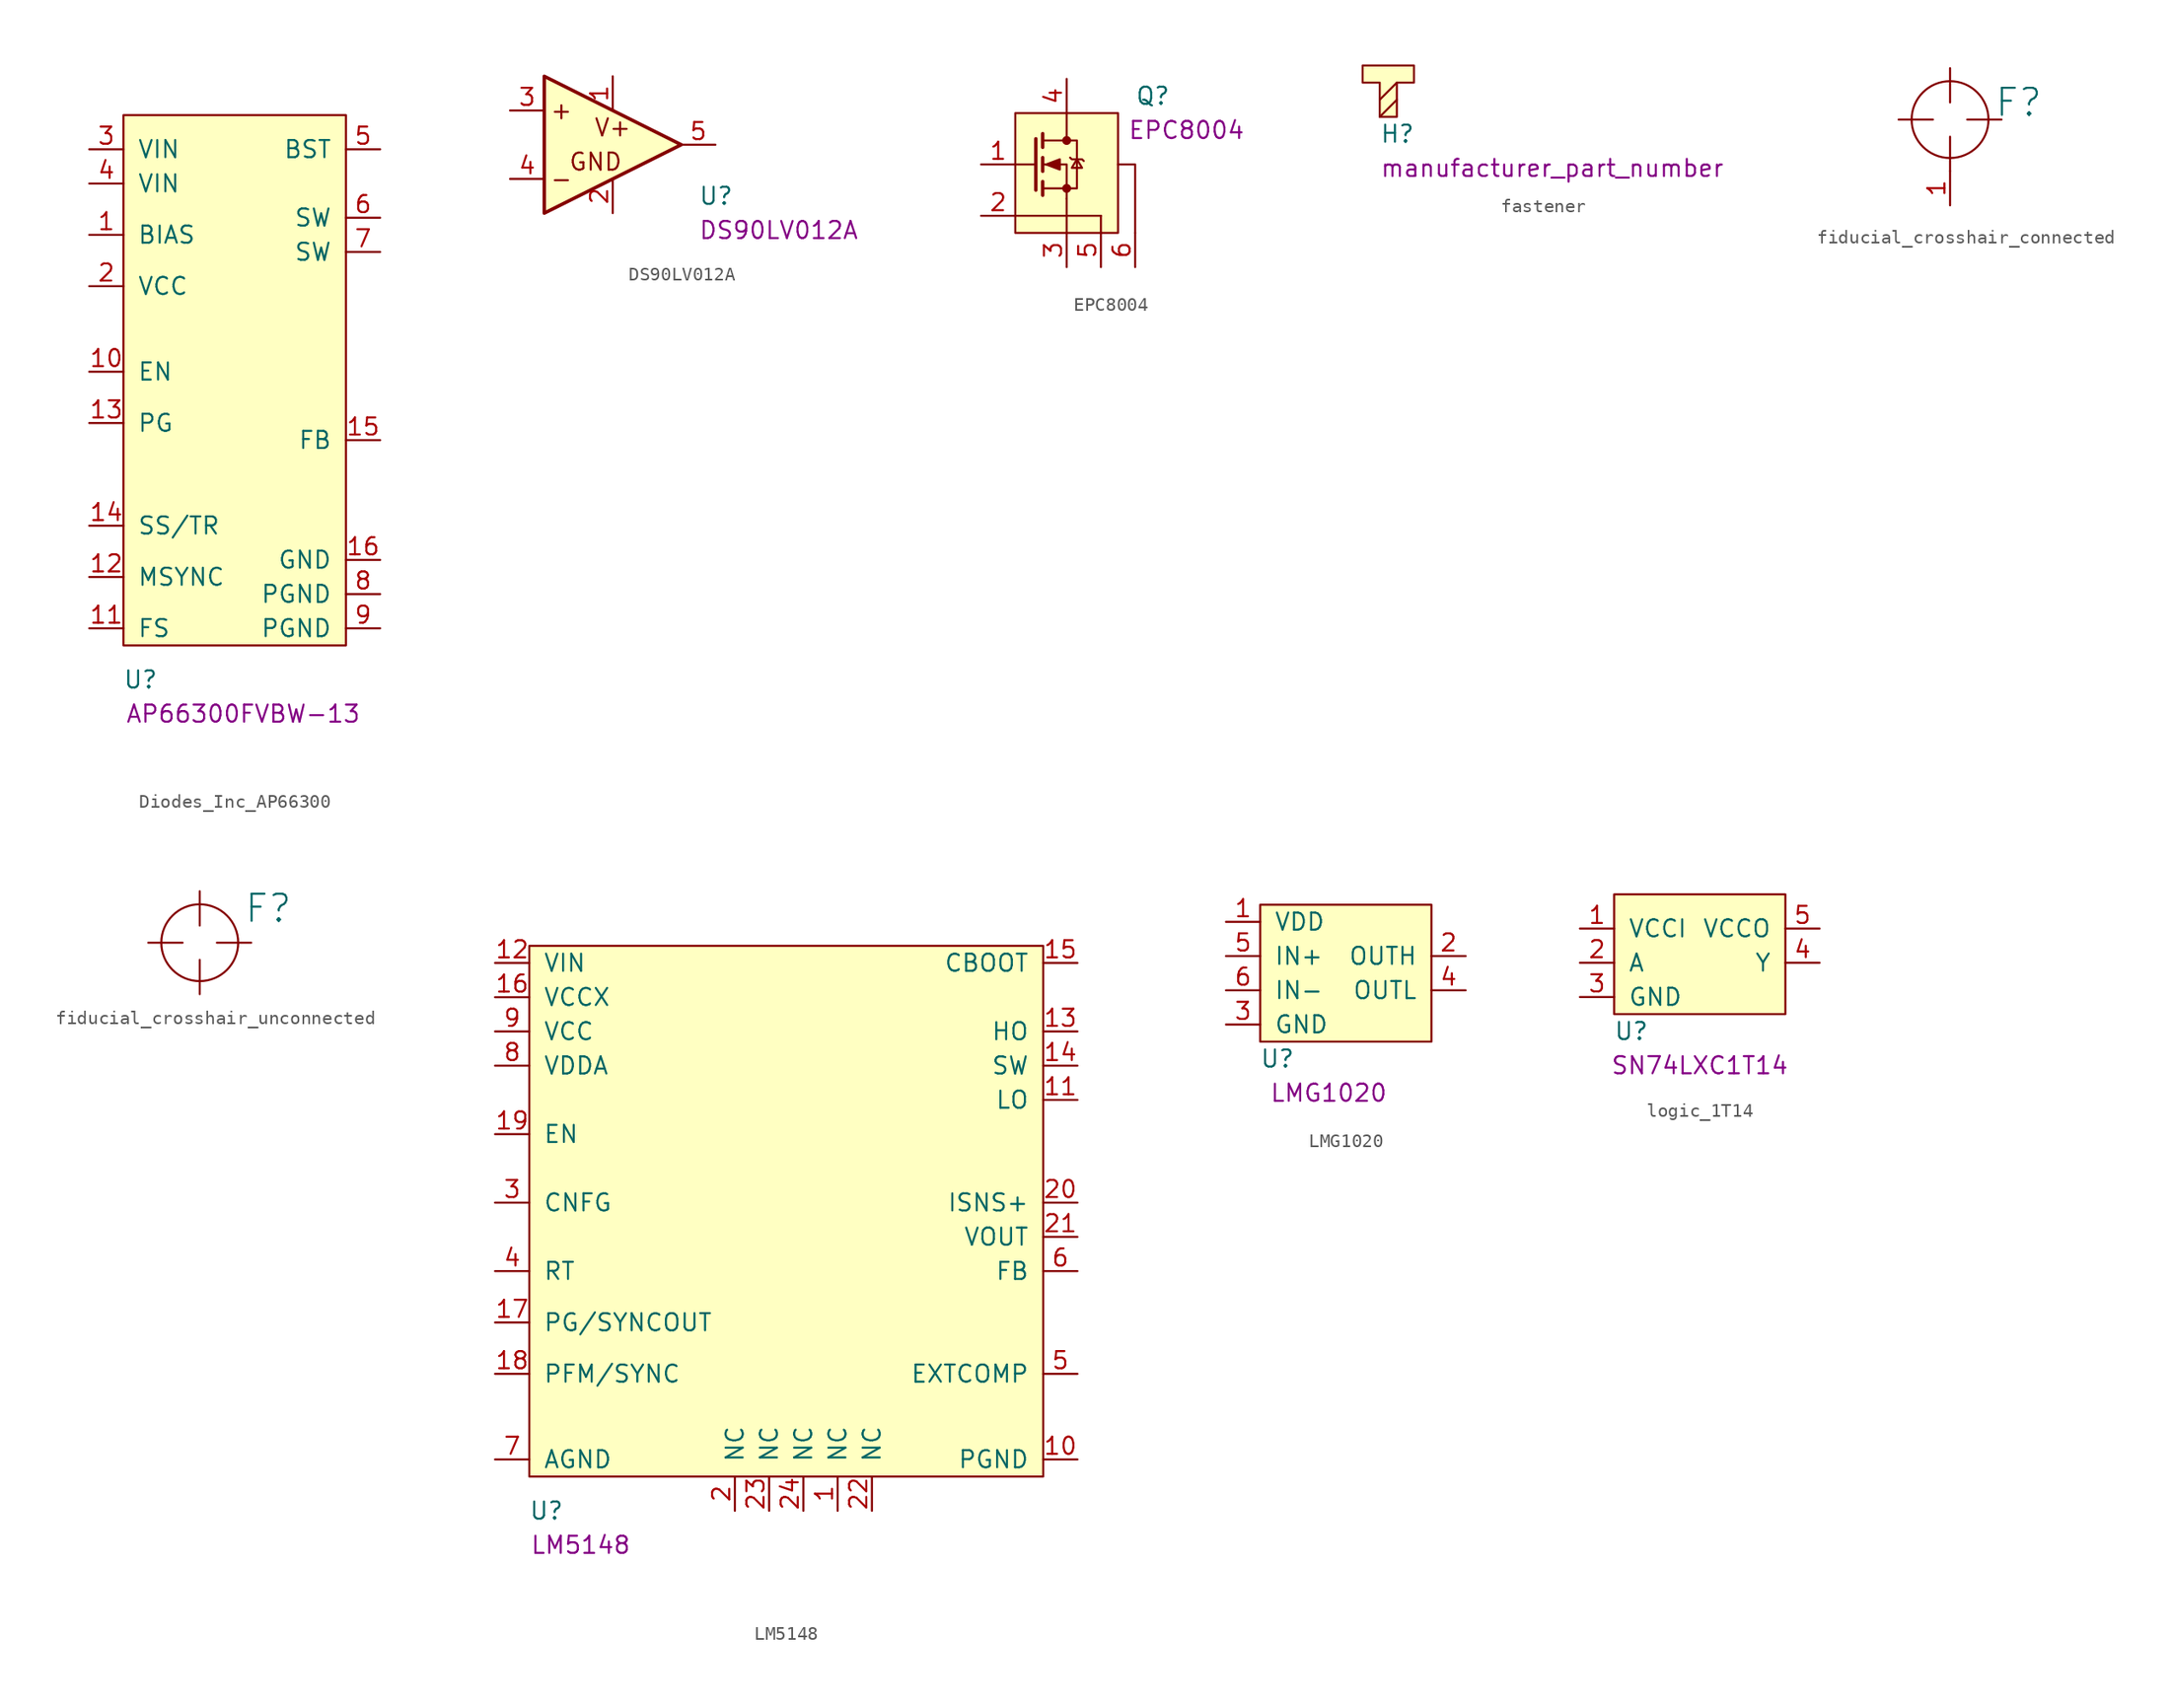
<source format=kicad_sym>
(kicad_symbol_lib
  (version 20220914)
  (generator kicad_symbol_editor)
  (symbol "Diodes_Inc_AP66300"
    (pin_names
      (offset 1.016))
    (property "Reference" "U"
      (at 1.27 -2.54 0)
      (effects (font (size 1.27 1.27))))
    (property "manufacturer_part_number" "AP66300FVBW-13"
      (at 8.89 -5.08 0)
      (effects (font (size 1.27 1.27))))
    (symbol "Diodes_Inc_AP66300_0_0"
      (pin bidirectional line (at -2.54 30.48 0) (length 2.54) (name "BIAS" (effects (font (size 1.27 1.27)))) (number "1" (effects (font (size 1.27 1.27)))))
      (pin bidirectional line (at -2.54 20.32 0) (length 2.54) (name "EN" (effects (font (size 1.27 1.27)))) (number "10" (effects (font (size 1.27 1.27)))))
      (pin bidirectional line (at -2.54 1.27 0) (length 2.54) (name "FS" (effects (font (size 1.27 1.27)))) (number "11" (effects (font (size 1.27 1.27)))))
      (pin bidirectional line (at -2.54 5.08 0) (length 2.54) (name "MSYNC" (effects (font (size 1.27 1.27)))) (number "12" (effects (font (size 1.27 1.27)))))
      (pin bidirectional line (at -2.54 8.89 0) (length 2.54) (name "SS/TR" (effects (font (size 1.27 1.27)))) (number "14" (effects (font (size 1.27 1.27)))))
      (pin bidirectional line (at 19.05 15.24 180) (length 2.54) (name "FB" (effects (font (size 1.27 1.27)))) (number "15" (effects (font (size 1.27 1.27)))))
      (pin bidirectional line (at 19.05 6.35 180) (length 2.54) (name "GND" (effects (font (size 1.27 1.27)))) (number "16" (effects (font (size 1.27 1.27)))))
      (pin bidirectional line (at -2.54 26.67 0) (length 2.54) (name "VCC" (effects (font (size 1.27 1.27)))) (number "2" (effects (font (size 1.27 1.27)))))
      (pin bidirectional line (at -2.54 36.83 0) (length 2.54) (name "VIN" (effects (font (size 1.27 1.27)))) (number "3" (effects (font (size 1.27 1.27)))))
      (pin bidirectional line (at 19.05 36.83 180) (length 2.54) (name "BST" (effects (font (size 1.27 1.27)))) (number "5" (effects (font (size 1.27 1.27)))))
      (pin bidirectional line (at 19.05 29.21 180) (length 2.54) (name "SW" (effects (font (size 1.27 1.27)))) (number "7" (effects (font (size 1.27 1.27)))))
      (pin bidirectional line (at 19.05 1.27 180) (length 2.54) (name "PGND" (effects (font (size 1.27 1.27)))) (number "9" (effects (font (size 1.27 1.27))))))
    (symbol "Diodes_Inc_AP66300_0_1"
      (rectangle (start 0 39.37) (end 16.51 0) (stroke (width 0) (type solid)) (fill (type background))))
    (symbol "Diodes_Inc_AP66300_1_1"
      (pin bidirectional line (at -2.54 16.51 0) (length 2.54) (name "PG" (effects (font (size 1.27 1.27)))) (number "13" (effects (font (size 1.27 1.27)))))
      (pin bidirectional line (at -2.54 34.29 0) (length 2.54) (name "VIN" (effects (font (size 1.27 1.27)))) (number "4" (effects (font (size 1.27 1.27)))))
      (pin bidirectional line (at 19.05 31.75 180) (length 2.54) (name "SW" (effects (font (size 1.27 1.27)))) (number "6" (effects (font (size 1.27 1.27)))))
      (pin bidirectional line (at 19.05 3.81 180) (length 2.54) (name "PGND" (effects (font (size 1.27 1.27)))) (number "8" (effects (font (size 1.27 1.27)))))))
  (symbol "DS90LV012A"
    (pin_names
      (offset 0) hide)
    (property "Reference" "U"
      (at 7.62 -3.81 0)
      (effects (font (size 1.27 1.27)) (justify left)))
    (property "manufacturer_part_number" "DS90LV012A"
      (at 7.62 -6.35 0)
      (effects (font (size 1.27 1.27)) (justify left)))
    (symbol "DS90LV012A_0_0"
      (text "+" (at -2.54 2.54 0) (effects (font (size 1.27 1.27))))
      (text "-" (at -2.54 -2.54 0) (effects (font (size 1.27 1.27))))
      (text "GND" (at 0 -1.27 0) (effects (font (size 1.27 1.27))))
      (text "V+" (at 1.27 1.27 0) (effects (font (size 1.27 1.27)))))
    (symbol "DS90LV012A_1_1"
      (polyline (pts (xy -3.81 5.08) (xy 6.35 0) (xy -3.81 -5.08) (xy -3.81 5.08)) (stroke (width 0.254) (type solid)) (fill (type background)))
      (pin input line (at 1.27 5.08 270) (length 2.54) (name "V+" (effects (font (size 1.27 1.27)))) (number "1" (effects (font (size 1.27 1.27)))))
      (pin input line (at 1.27 -5.08 90) (length 2.54) (name "GND" (effects (font (size 1.27 1.27)))) (number "2" (effects (font (size 1.27 1.27)))))
      (pin input line (at -6.35 2.54 0) (length 2.54) (name "+" (effects (font (size 1.27 1.27)))) (number "3" (effects (font (size 1.27 1.27)))))
      (pin input line (at -6.35 -2.54 0) (length 2.54) (name "-" (effects (font (size 1.27 1.27)))) (number "4" (effects (font (size 1.27 1.27)))))
      (pin output line (at 8.89 0 180) (length 2.54) (name "OUT" (effects (font (size 1.27 1.27)))) (number "5" (effects (font (size 1.27 1.27)))))))
  (symbol "EPC8004"
    (pin_names
      (offset 0) hide)
    (property "Reference" "Q"
      (at 7.62 5.08 0)
      (effects (font (size 1.27 1.27)) (justify left)))
    (property "manufacturer_part_number" "EPC8004"
      (at 11.43 2.54 0)
      (effects (font (size 1.27 1.27))))
    (symbol "EPC8004_0_1"
      (rectangle (start -1.27 3.81) (end 6.35 -5.08) (stroke (width 0) (type solid)) (fill (type background)))
      (polyline (pts (xy -1.27 -3.81) (xy 5.08 -3.81)) (stroke (width 0) (type solid)) (fill (type none)))
      (polyline (pts (xy -1.27 0) (xy 0.254 0)) (stroke (width 0) (type solid)) (fill (type none)))
      (polyline (pts (xy 0.254 1.905) (xy 0.254 -1.905)) (stroke (width 0.254) (type solid)) (fill (type none)))
      (polyline (pts (xy 0.762 -1.27) (xy 0.762 -2.286)) (stroke (width 0.254) (type solid)) (fill (type none)))
      (polyline (pts (xy 0.762 0.508) (xy 0.762 -0.508)) (stroke (width 0.254) (type solid)) (fill (type none)))
      (polyline (pts (xy 0.762 2.286) (xy 0.762 1.27)) (stroke (width 0.254) (type solid)) (fill (type none)))
      (polyline (pts (xy 2.54 -5.08) (xy 2.54 -2.54)) (stroke (width 0) (type solid)) (fill (type none)))
      (polyline (pts (xy 2.54 3.81) (xy 2.54 2.032)) (stroke (width 0) (type solid)) (fill (type none)))
      (polyline (pts (xy 5.08 -3.81) (xy 5.08 -5.08)) (stroke (width 0) (type solid)) (fill (type none)))
      (polyline (pts (xy 2.54 -2.54) (xy 2.54 0) (xy 0.762 0)) (stroke (width 0) (type solid)) (fill (type none)))
      (polyline (pts (xy 7.62 -5.08) (xy 7.62 0) (xy 6.35 0)) (stroke (width 0) (type solid)) (fill (type none)))
      (polyline (pts (xy 0.762 -1.778) (xy 3.302 -1.778) (xy 3.302 1.778) (xy 0.762 1.778)) (stroke (width 0) (type solid)) (fill (type none)))
      (polyline (pts (xy 1.016 0) (xy 2.032 0.381) (xy 2.032 -0.381) (xy 1.016 0)) (stroke (width 0) (type solid)) (fill (type outline)))
      (polyline (pts (xy 2.794 0.508) (xy 2.921 0.381) (xy 3.683 0.381) (xy 3.81 0.254)) (stroke (width 0) (type solid)) (fill (type none)))
      (polyline (pts (xy 3.302 0.381) (xy 2.921 -0.254) (xy 3.683 -0.254) (xy 3.302 0.381)) (stroke (width 0) (type solid)) (fill (type none)))
      (circle (center 2.54 -1.778) (radius 0.254) (stroke (width 0) (type solid)) (fill (type outline)))
      (circle (center 2.54 1.778) (radius 0.254) (stroke (width 0) (type solid)) (fill (type outline))))
    (symbol "EPC8004_1_1"
      (pin input line (at -3.81 0 0) (length 2.54) (name "G" (effects (font (size 1.27 1.27)))) (number "1" (effects (font (size 1.27 1.27)))))
      (pin input line (at -3.81 -3.81 0) (length 2.54) (name "G_return" (effects (font (size 1.27 1.27)))) (number "2" (effects (font (size 1.27 1.27)))))
      (pin passive line (at 2.54 -7.62 90) (length 2.54) (name "S" (effects (font (size 1.27 1.27)))) (number "3" (effects (font (size 1.27 1.27)))))
      (pin passive line (at 2.54 6.35 270) (length 2.54) (name "D" (effects (font (size 1.27 1.27)))) (number "4" (effects (font (size 1.27 1.27)))))
      (pin passive line (at 5.08 -7.62 90) (length 2.54) (name "S" (effects (font (size 1.27 1.27)))) (number "5" (effects (font (size 1.27 1.27)))))
      (pin passive line (at 7.62 -7.62 90) (length 2.54) (name "SUB" (effects (font (size 1.27 1.27)))) (number "6" (effects (font (size 1.27 1.27)))))))
  (symbol "fastener"
    (pin_names
      (offset 1.016))
    (property "Reference" "H"
      (at 0 -1.27 0)
      (effects (font (size 1.27 1.27)) (justify left)))
    (property "manufacturer_part_number" "manufacturer_part_number"
      (at 0 -3.81 0)
      (effects (font (size 1.27 1.27)) (justify left)))
    (symbol "fastener_0_0"
      (polyline (pts (xy 1.27 1.27) (xy 0 0)) (stroke (width 0) (type solid)) (fill (type none)))
      (polyline (pts (xy 1.27 2.54) (xy 0 1.27)) (stroke (width 0) (type solid)) (fill (type none)))
      (polyline (pts (xy 0 2.54) (xy 0 0) (xy 1.27 0) (xy 1.27 2.54) (xy 2.54 2.54) (xy 2.54 3.81) (xy -1.27 3.81) (xy -1.27 2.54) (xy 0 2.54)) (stroke (width 0) (type solid)) (fill (type background)))))
  (symbol "fiducial_crosshair_connected"
    (pin_names
      (offset 1.016))
    (property "Reference" "F"
      (at 5.08 7.62 0)
      (effects (font (size 2.007 2.007))))
    (symbol "fiducial_crosshair_connected_0_1"
      (polyline (pts (xy -1.27 6.35) (xy -3.81 6.35)) (stroke (width 0) (type solid)) (fill (type none)))
      (polyline (pts (xy 0 5.08) (xy 0 2.54)) (stroke (width 0) (type solid)) (fill (type none)))
      (polyline (pts (xy 0 10.16) (xy 0 7.62)) (stroke (width 0) (type solid)) (fill (type none)))
      (polyline (pts (xy 1.27 6.35) (xy 3.81 6.35)) (stroke (width 0) (type solid)) (fill (type none)))
      (circle (center 0 6.35) (radius 2.845) (stroke (width 0) (type solid)) (fill (type none))))
    (symbol "fiducial_crosshair_connected_1_1"
      (pin bidirectional line (at 0 0 90) (length 2.54) (name "~" (effects (font (size 1.27 1.27)))) (number "1" (effects (font (size 1.27 1.27)))))))
  (symbol "fiducial_crosshair_unconnected"
    (pin_names
      (offset 1.016))
    (property "Reference" "F"
      (at 5.08 2.54 0)
      (effects (font (size 2.007 2.007))))
    (symbol "fiducial_crosshair_unconnected_0_1"
      (polyline (pts (xy -1.27 0) (xy -3.81 0)) (stroke (width 0) (type solid)) (fill (type none)))
      (polyline (pts (xy 0 -1.27) (xy 0 -3.81)) (stroke (width 0) (type solid)) (fill (type none)))
      (polyline (pts (xy 0 3.81) (xy 0 1.27)) (stroke (width 0) (type solid)) (fill (type none)))
      (polyline (pts (xy 1.27 0) (xy 3.81 0)) (stroke (width 0) (type solid)) (fill (type none)))
      (circle (center 0 0) (radius 2.845) (stroke (width 0) (type solid)) (fill (type none)))))
  (symbol "LM5148"
    (pin_names
      (offset 1.016))
    (property "Reference" "U"
      (at 1.27 -2.54 0)
      (effects (font (size 1.27 1.27))))
    (property "manufacturer_part_number" "LM5148"
      (at 3.81 -5.08 0)
      (effects (font (size 1.27 1.27))))
    (symbol "LM5148_0_0"
      (pin bidirectional line (at 22.86 -2.54 90) (length 2.54) (name "NC" (effects (font (size 1.27 1.27)))) (number "1" (effects (font (size 1.27 1.27)))))
      (pin bidirectional line (at 40.64 1.27 180) (length 2.54) (name "PGND" (effects (font (size 1.27 1.27)))) (number "10" (effects (font (size 1.27 1.27)))))
      (pin bidirectional line (at 40.64 27.94 180) (length 2.54) (name "LO" (effects (font (size 1.27 1.27)))) (number "11" (effects (font (size 1.27 1.27)))))
      (pin bidirectional line (at -2.54 38.1 0) (length 2.54) (name "VIN" (effects (font (size 1.27 1.27)))) (number "12" (effects (font (size 1.27 1.27)))))
      (pin bidirectional line (at 40.64 33.02 180) (length 2.54) (name "HO" (effects (font (size 1.27 1.27)))) (number "13" (effects (font (size 1.27 1.27)))))
      (pin bidirectional line (at 40.64 30.48 180) (length 2.54) (name "SW" (effects (font (size 1.27 1.27)))) (number "14" (effects (font (size 1.27 1.27)))))
      (pin bidirectional line (at 40.64 38.1 180) (length 2.54) (name "CBOOT" (effects (font (size 1.27 1.27)))) (number "15" (effects (font (size 1.27 1.27)))))
      (pin bidirectional line (at -2.54 35.56 0) (length 2.54) (name "VCCX" (effects (font (size 1.27 1.27)))) (number "16" (effects (font (size 1.27 1.27)))))
      (pin bidirectional line (at -2.54 11.43 0) (length 2.54) (name "PG/SYNCOUT" (effects (font (size 1.27 1.27)))) (number "17" (effects (font (size 1.27 1.27)))))
      (pin bidirectional line (at -2.54 7.62 0) (length 2.54) (name "PFM/SYNC" (effects (font (size 1.27 1.27)))) (number "18" (effects (font (size 1.27 1.27)))))
      (pin bidirectional line (at -2.54 25.4 0) (length 2.54) (name "EN" (effects (font (size 1.27 1.27)))) (number "19" (effects (font (size 1.27 1.27)))))
      (pin bidirectional line (at 15.24 -2.54 90) (length 2.54) (name "NC" (effects (font (size 1.27 1.27)))) (number "2" (effects (font (size 1.27 1.27)))))
      (pin bidirectional line (at 40.64 20.32 180) (length 2.54) (name "ISNS+" (effects (font (size 1.27 1.27)))) (number "20" (effects (font (size 1.27 1.27)))))
      (pin bidirectional line (at 40.64 17.78 180) (length 2.54) (name "VOUT" (effects (font (size 1.27 1.27)))) (number "21" (effects (font (size 1.27 1.27)))))
      (pin bidirectional line (at 25.4 -2.54 90) (length 2.54) (name "NC" (effects (font (size 1.27 1.27)))) (number "22" (effects (font (size 1.27 1.27)))))
      (pin bidirectional line (at 17.78 -2.54 90) (length 2.54) (name "NC" (effects (font (size 1.27 1.27)))) (number "23" (effects (font (size 1.27 1.27)))))
      (pin bidirectional line (at 20.32 -2.54 90) (length 2.54) (name "NC" (effects (font (size 1.27 1.27)))) (number "24" (effects (font (size 1.27 1.27)))))
      (pin bidirectional line (at -2.54 20.32 0) (length 2.54) (name "CNFG" (effects (font (size 1.27 1.27)))) (number "3" (effects (font (size 1.27 1.27)))))
      (pin bidirectional line (at -2.54 15.24 0) (length 2.54) (name "RT" (effects (font (size 1.27 1.27)))) (number "4" (effects (font (size 1.27 1.27)))))
      (pin bidirectional line (at 40.64 7.62 180) (length 2.54) (name "EXTCOMP" (effects (font (size 1.27 1.27)))) (number "5" (effects (font (size 1.27 1.27)))))
      (pin bidirectional line (at 40.64 15.24 180) (length 2.54) (name "FB" (effects (font (size 1.27 1.27)))) (number "6" (effects (font (size 1.27 1.27)))))
      (pin bidirectional line (at -2.54 1.27 0) (length 2.54) (name "AGND" (effects (font (size 1.27 1.27)))) (number "7" (effects (font (size 1.27 1.27)))))
      (pin bidirectional line (at -2.54 30.48 0) (length 2.54) (name "VDDA" (effects (font (size 1.27 1.27)))) (number "8" (effects (font (size 1.27 1.27)))))
      (pin bidirectional line (at -2.54 33.02 0) (length 2.54) (name "VCC" (effects (font (size 1.27 1.27)))) (number "9" (effects (font (size 1.27 1.27))))))
    (symbol "LM5148_0_1"
      (rectangle (start 0 39.37) (end 38.1 0) (stroke (width 0) (type solid)) (fill (type background)))))
  (symbol "LMG1020"
    (pin_names
      (offset 1.016))
    (property "Reference" "U"
      (at 1.27 -1.27 0)
      (effects (font (size 1.27 1.27))))
    (property "manufacturer_part_number" "LMG1020"
      (at 5.08 -3.81 0)
      (effects (font (size 1.27 1.27))))
    (symbol "LMG1020_0_0"
      (pin power_in line (at -2.54 8.89 0) (length 2.54) (name "VDD" (effects (font (size 1.27 1.27)))) (number "1" (effects (font (size 1.27 1.27)))))
      (pin output line (at 15.24 6.35 180) (length 2.54) (name "OUTH" (effects (font (size 1.27 1.27)))) (number "2" (effects (font (size 1.27 1.27)))))
      (pin power_out line (at -2.54 1.27 0) (length 2.54) (name "GND" (effects (font (size 1.27 1.27)))) (number "3" (effects (font (size 1.27 1.27)))))
      (pin output line (at 15.24 3.81 180) (length 2.54) (name "OUTL" (effects (font (size 1.27 1.27)))) (number "4" (effects (font (size 1.27 1.27)))))
      (pin input line (at -2.54 6.35 0) (length 2.54) (name "IN+" (effects (font (size 1.27 1.27)))) (number "5" (effects (font (size 1.27 1.27)))))
      (pin input line (at -2.54 3.81 0) (length 2.54) (name "IN-" (effects (font (size 1.27 1.27)))) (number "6" (effects (font (size 1.27 1.27))))))
    (symbol "LMG1020_0_1"
      (rectangle (start 0 10.16) (end 12.7 0) (stroke (width 0) (type solid)) (fill (type background)))))
  (symbol "logic_1T14"
    (pin_names
      (offset 1.016))
    (property "Reference" "U"
      (at 1.27 -1.27 0)
      (effects (font (size 1.27 1.27))))
    (property "manufacturer_part_number" "SN74LXC1T14"
      (at 6.35 -3.81 0)
      (effects (font (size 1.27 1.27))))
    (symbol "logic_1T14_0_0"
      (pin power_in line (at -2.54 6.35 0) (length 2.54) (name "VCCI" (effects (font (size 1.27 1.27)))) (number "1" (effects (font (size 1.27 1.27)))))
      (pin input line (at -2.54 3.81 0) (length 2.54) (name "A" (effects (font (size 1.27 1.27)))) (number "2" (effects (font (size 1.27 1.27)))))
      (pin power_out line (at -2.54 1.27 0) (length 2.54) (name "GND" (effects (font (size 1.27 1.27)))) (number "3" (effects (font (size 1.27 1.27)))))
      (pin output line (at 15.24 3.81 180) (length 2.54) (name "Y" (effects (font (size 1.27 1.27)))) (number "4" (effects (font (size 1.27 1.27)))))
      (pin output line (at 15.24 6.35 180) (length 2.54) (name "VCCO" (effects (font (size 1.27 1.27)))) (number "5" (effects (font (size 1.27 1.27))))))
    (symbol "logic_1T14_0_1"
      (rectangle (start 0 8.89) (end 12.7 0) (stroke (width 0) (type solid)) (fill (type background))))))
</source>
